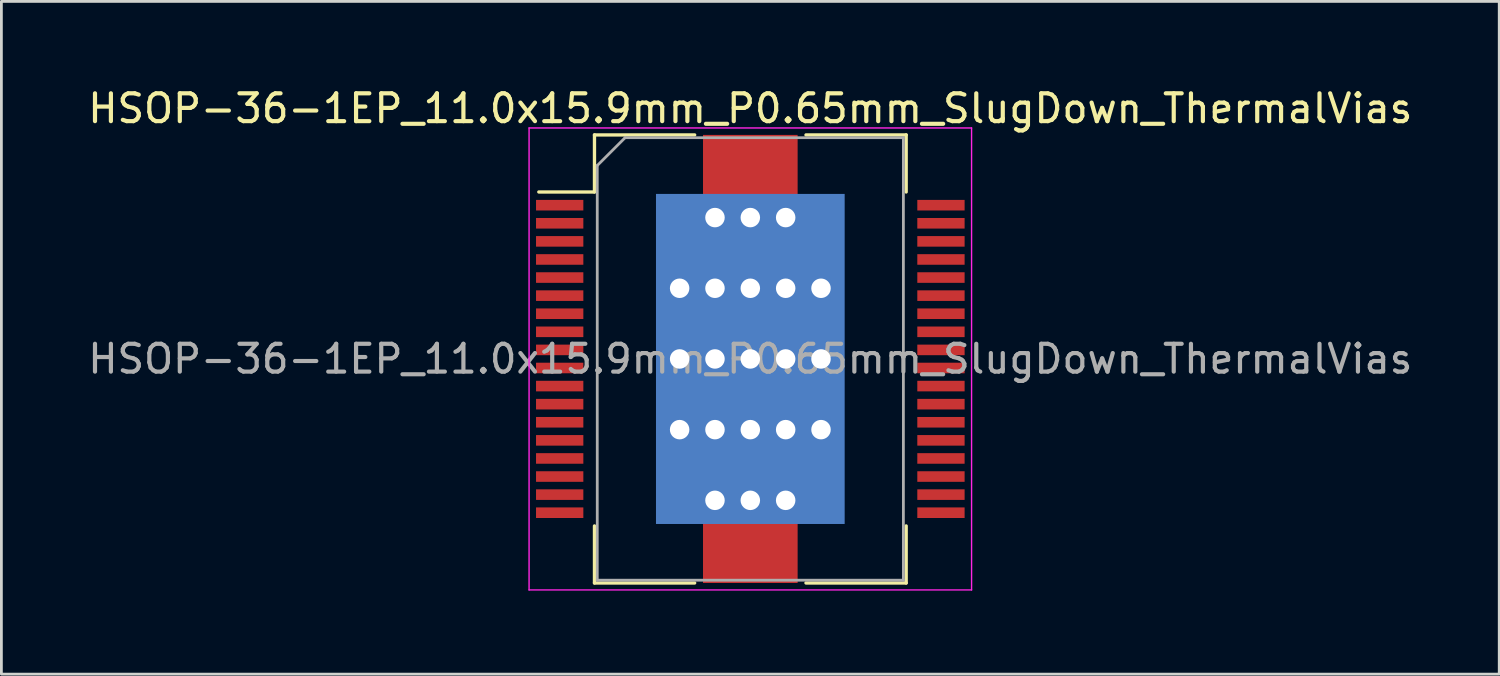
<source format=kicad_pcb>
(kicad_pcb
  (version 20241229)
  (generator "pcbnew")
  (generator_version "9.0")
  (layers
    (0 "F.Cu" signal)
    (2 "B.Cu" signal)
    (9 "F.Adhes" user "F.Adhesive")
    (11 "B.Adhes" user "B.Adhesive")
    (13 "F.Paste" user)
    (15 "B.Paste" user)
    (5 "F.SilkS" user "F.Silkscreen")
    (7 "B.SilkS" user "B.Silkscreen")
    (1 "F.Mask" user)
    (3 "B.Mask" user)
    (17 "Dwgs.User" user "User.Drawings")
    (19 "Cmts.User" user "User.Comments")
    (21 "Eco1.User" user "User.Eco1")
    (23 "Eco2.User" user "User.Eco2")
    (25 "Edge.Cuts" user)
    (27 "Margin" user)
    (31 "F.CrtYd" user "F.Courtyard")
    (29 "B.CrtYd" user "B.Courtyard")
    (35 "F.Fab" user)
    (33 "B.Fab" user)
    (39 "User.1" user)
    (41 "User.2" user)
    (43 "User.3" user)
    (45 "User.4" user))
  (footprint "HSOP-36-1EP_11.0x15.9mm_P0.65mm_SlugDown_ThermalVias"
    (layer "F.Cu")
    (at 23.911 9.848)
    (property "Reference" "HSOP-36-1EP_11.0x15.9mm_P0.65mm_SlugDown_ThermalVias" (at 0 -9 0) (layer "F.SilkS") (effects (font (size 1 1) (thickness 0.15))))
    (attr smd)
    (fp_line (start -5.6 -8.05) (end -5.6 -6) (stroke (width 0.12) (type solid)) (layer "F.SilkS"))
    (fp_line (start -5.6 -6) (end -7.6 -6) (stroke (width 0.12) (type solid)) (layer "F.SilkS"))
    (fp_line (start -5.6 8.05) (end -5.6 6) (stroke (width 0.12) (type solid)) (layer "F.SilkS"))
    (fp_line (start -2 -8.05) (end -5.6 -8.05) (stroke (width 0.12) (type solid)) (layer "F.SilkS"))
    (fp_line (start -2 8.05) (end -5.6 8.05) (stroke (width 0.12) (type solid)) (layer "F.SilkS"))
    (fp_line (start 5.6 -8.05) (end 2 -8.05) (stroke (width 0.12) (type solid)) (layer "F.SilkS"))
    (fp_line (start 5.6 -8.05) (end 5.6 -6) (stroke (width 0.12) (type solid)) (layer "F.SilkS"))
    (fp_line (start 5.6 8.05) (end 2 8.05) (stroke (width 0.12) (type solid)) (layer "F.SilkS"))
    (fp_line (start 5.6 8.05) (end 5.6 6) (stroke (width 0.12) (type solid)) (layer "F.SilkS"))
    (fp_line (start -7.95 -8.3) (end -7.95 8.3) (stroke (width 0.05) (type solid)) (layer "F.CrtYd"))
    (fp_line (start -7.95 -8.3) (end 7.95 -8.3) (stroke (width 0.05) (type solid)) (layer "F.CrtYd"))
    (fp_line (start 7.95 8.3) (end -7.95 8.3) (stroke (width 0.05) (type solid)) (layer "F.CrtYd"))
    (fp_line (start 7.95 8.3) (end 7.95 -8.3) (stroke (width 0.05) (type solid)) (layer "F.CrtYd"))
    (fp_line (start -5.5 -6.95) (end -5.5 7.95) (stroke (width 0.1) (type solid)) (layer "F.Fab"))
    (fp_line (start -5.5 7.95) (end 5.5 7.95) (stroke (width 0.1) (type solid)) (layer "F.Fab"))
    (fp_line (start -4.5 -7.95) (end -5.5 -6.95) (stroke (width 0.1) (type solid)) (layer "F.Fab"))
    (fp_line (start 5.5 -7.95) (end -4.5 -7.95) (stroke (width 0.1) (type solid)) (layer "F.Fab"))
    (fp_line (start 5.5 7.95) (end 5.5 -7.95) (stroke (width 0.1) (type solid)) (layer "F.Fab"))
    (fp_text user "${REFERENCE}" (at 0 0 0) (layer "F.Fab") (effects (font (size 1 1) (thickness 0.15))))
    (pad "1" smd rect (at -6.85 -5.525) (size 1.7 0.38) (layers "F.Cu" "F.Mask" "F.Paste"))
    (pad "2" smd rect (at -6.85 -4.875) (size 1.7 0.38) (layers "F.Cu" "F.Mask" "F.Paste"))
    (pad "3" smd rect (at -6.85 -4.225) (size 1.7 0.38) (layers "F.Cu" "F.Mask" "F.Paste"))
    (pad "4" smd rect (at -6.85 -3.575) (size 1.7 0.38) (layers "F.Cu" "F.Mask" "F.Paste"))
    (pad "5" smd rect (at -6.85 -2.925) (size 1.7 0.38) (layers "F.Cu" "F.Mask" "F.Paste"))
    (pad "6" smd rect (at -6.85 -2.275) (size 1.7 0.38) (layers "F.Cu" "F.Mask" "F.Paste"))
    (pad "7" smd rect (at -6.85 -1.625) (size 1.7 0.38) (layers "F.Cu" "F.Mask" "F.Paste"))
    (pad "8" smd rect (at -6.85 -0.975) (size 1.7 0.38) (layers "F.Cu" "F.Mask" "F.Paste"))
    (pad "9" smd rect (at -6.85 -0.325) (size 1.7 0.38) (layers "F.Cu" "F.Mask" "F.Paste"))
    (pad "10" smd rect (at -6.85 0.325) (size 1.7 0.38) (layers "F.Cu" "F.Mask" "F.Paste"))
    (pad "11" smd rect (at -6.85 0.975) (size 1.7 0.38) (layers "F.Cu" "F.Mask" "F.Paste"))
    (pad "12" smd rect (at -6.85 1.625) (size 1.7 0.38) (layers "F.Cu" "F.Mask" "F.Paste"))
    (pad "13" smd rect (at -6.85 2.275) (size 1.7 0.38) (layers "F.Cu" "F.Mask" "F.Paste"))
    (pad "14" smd rect (at -6.85 2.925) (size 1.7 0.38) (layers "F.Cu" "F.Mask" "F.Paste"))
    (pad "15" smd rect (at -6.85 3.575) (size 1.7 0.38) (layers "F.Cu" "F.Mask" "F.Paste"))
    (pad "16" smd rect (at -6.85 4.225) (size 1.7 0.38) (layers "F.Cu" "F.Mask" "F.Paste"))
    (pad "17" smd rect (at -6.85 4.875) (size 1.7 0.38) (layers "F.Cu" "F.Mask" "F.Paste"))
    (pad "18" smd rect (at -6.85 5.525) (size 1.7 0.38) (layers "F.Cu" "F.Mask" "F.Paste"))
    (pad "19" smd rect (at 6.85 5.525) (size 1.7 0.38) (layers "F.Cu" "F.Mask" "F.Paste"))
    (pad "20" smd rect (at 6.85 4.875) (size 1.7 0.38) (layers "F.Cu" "F.Mask" "F.Paste"))
    (pad "21" smd rect (at 6.85 4.225) (size 1.7 0.38) (layers "F.Cu" "F.Mask" "F.Paste"))
    (pad "22" smd rect (at 6.85 3.575) (size 1.7 0.38) (layers "F.Cu" "F.Mask" "F.Paste"))
    (pad "23" smd rect (at 6.85 2.925) (size 1.7 0.38) (layers "F.Cu" "F.Mask" "F.Paste"))
    (pad "24" smd rect (at 6.85 2.275) (size 1.7 0.38) (layers "F.Cu" "F.Mask" "F.Paste"))
    (pad "25" smd rect (at 6.85 1.625) (size 1.7 0.38) (layers "F.Cu" "F.Mask" "F.Paste"))
    (pad "26" smd rect (at 6.85 0.975) (size 1.7 0.38) (layers "F.Cu" "F.Mask" "F.Paste"))
    (pad "27" smd rect (at 6.85 0.325) (size 1.7 0.38) (layers "F.Cu" "F.Mask" "F.Paste"))
    (pad "28" smd rect (at 6.85 -0.325) (size 1.7 0.38) (layers "F.Cu" "F.Mask" "F.Paste"))
    (pad "29" smd rect (at 6.85 -0.975) (size 1.7 0.38) (layers "F.Cu" "F.Mask" "F.Paste"))
    (pad "30" smd rect (at 6.85 -1.625) (size 1.7 0.38) (layers "F.Cu" "F.Mask" "F.Paste"))
    (pad "31" smd rect (at 6.85 -2.275) (size 1.7 0.38) (layers "F.Cu" "F.Mask" "F.Paste"))
    (pad "32" smd rect (at 6.85 -2.925) (size 1.7 0.38) (layers "F.Cu" "F.Mask" "F.Paste"))
    (pad "33" smd rect (at 6.85 -3.575) (size 1.7 0.38) (layers "F.Cu" "F.Mask" "F.Paste"))
    (pad "34" smd rect (at 6.85 -4.225) (size 1.7 0.38) (layers "F.Cu" "F.Mask" "F.Paste"))
    (pad "35" smd rect (at 6.85 -4.875) (size 1.7 0.38) (layers "F.Cu" "F.Mask" "F.Paste"))
    (pad "36" smd rect (at 6.85 -5.525) (size 1.7 0.38) (layers "F.Cu" "F.Mask" "F.Paste"))
    (pad "37" thru_hole circle (at -2.54 -2.54) (size 1 1) (drill 0.7) (layers "*.Cu"))
    (pad "37" thru_hole circle (at -2.54 0) (size 1 1) (drill 0.7) (layers "*.Cu"))
    (pad "37" thru_hole circle (at -2.54 2.54) (size 1 1) (drill 0.7) (layers "*.Cu"))
    (pad "37" thru_hole circle (at -1.27 -5.08) (size 1 1) (drill 0.7) (layers "*.Cu"))
    (pad "37" thru_hole circle (at -1.27 -2.54) (size 1 1) (drill 0.7) (layers "*.Cu"))
    (pad "37" thru_hole circle (at -1.27 0) (size 1 1) (drill 0.7) (layers "*.Cu"))
    (pad "37" thru_hole circle (at -1.27 2.54) (size 1 1) (drill 0.7) (layers "*.Cu"))
    (pad "37" thru_hole circle (at -1.27 5.08) (size 1 1) (drill 0.7) (layers "*.Cu"))
    (pad "37" smd rect (at 0 -6.843) (size 3.4 2.415) (layers "F.Cu" "F.Mask" "F.Paste"))
    (pad "37" thru_hole circle (at 0 -5.08) (size 1 1) (drill 0.7) (layers "*.Cu"))
    (pad "37" thru_hole circle (at 0 -2.54) (size 1 1) (drill 0.7) (layers "*.Cu"))
    (pad "37" thru_hole circle (at 0 0) (size 1 1) (drill 0.7) (layers "*.Cu"))
    (pad "37" smd rect (at 0 0) (size 6.4 11.27) (layers "F.Cu" "F.Mask" "F.Paste"))
    (pad "37" smd rect (at 0 0) (size 6.78 11.86) (layers "B.Cu"))
    (pad "37" thru_hole circle (at 0 2.54) (size 1 1) (drill 0.7) (layers "*.Cu"))
    (pad "37" thru_hole circle (at 0 5.08) (size 1 1) (drill 0.7) (layers "*.Cu"))
    (pad "37" smd rect (at 0 6.843) (size 3.4 2.415) (layers "F.Cu" "F.Mask" "F.Paste"))
    (pad "37" thru_hole circle (at 1.27 -5.08) (size 1 1) (drill 0.7) (layers "*.Cu"))
    (pad "37" thru_hole circle (at 1.27 -2.54) (size 1 1) (drill 0.7) (layers "*.Cu"))
    (pad "37" thru_hole circle (at 1.27 0) (size 1 1) (drill 0.7) (layers "*.Cu"))
    (pad "37" thru_hole circle (at 1.27 2.54) (size 1 1) (drill 0.7) (layers "*.Cu"))
    (pad "37" thru_hole circle (at 1.27 5.08) (size 1 1) (drill 0.7) (layers "*.Cu"))
    (pad "37" thru_hole circle (at 2.54 -2.54) (size 1 1) (drill 0.7) (layers "*.Cu"))
    (pad "37" thru_hole circle (at 2.54 0) (size 1 1) (drill 0.7) (layers "*.Cu"))
    (pad "37" thru_hole circle (at 2.54 2.54) (size 1 1) (drill 0.7) (layers "*.Cu")))
  (gr_rect
    (start -3 -3)
    (end 50.821 21.173)
    (stroke (width 0.1) (type default))
    (fill no)
    (layer "Edge.Cuts")))
</source>
